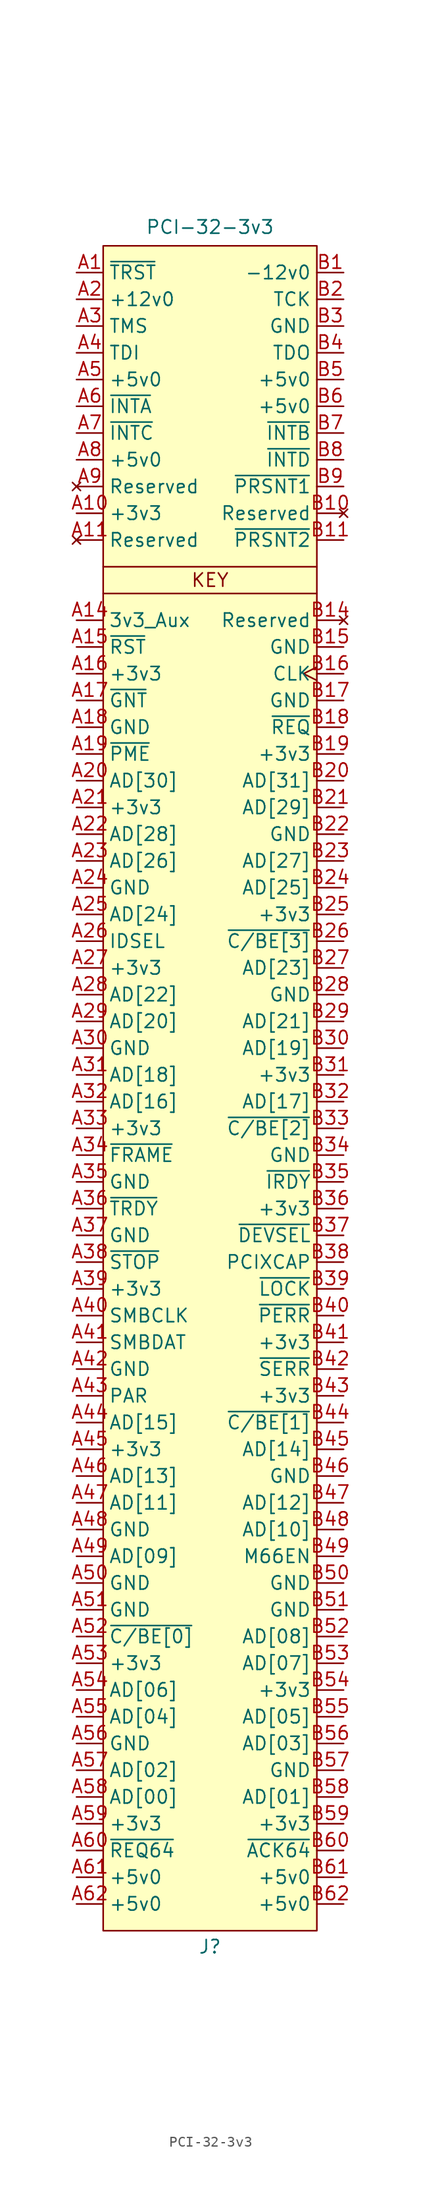
<source format=kicad_sym>
(kicad_symbol_lib
  (version 20241209)
  (generator "kicad_symbol_editor")
  (generator_version "9.0")
  (symbol "PCI-32-3v3"
    (property "Reference" "J"
      (at 0 -129.794 0)
      (effects (font (size 1.27 1.27))))
    (property "Value" "PCI-32-3v3"
      (at 0 33.528 0)
      (effects (font (size 1.27 1.27))))
    (symbol "PCI-32-3v3_1_1"
      (rectangle (start -10.16 31.75) (end 10.16 -128.27) (stroke (width 0) (type solid)) (fill (type background)))
      (polyline (pts (xy -10.16 1.27) (xy 10.16 1.27)) (stroke (width 0) (type default)) (fill (type none)))
      (polyline (pts (xy -10.16 -1.27) (xy 10.16 -1.27)) (stroke (width 0) (type default)) (fill (type none)))
      (text "KEY" (at 0 0 0) (effects (font (size 1.27 1.27))))
      (pin input line (at -12.7 29.21 0) (length 2.54) (name "~{TRST}" (effects (font (size 1.27 1.27)))) (number "A1" (effects (font (size 1.27 1.27)))))
      (pin power_in line (at -12.7 26.67 0) (length 2.54) (name "+12v0" (effects (font (size 1.27 1.27)))) (number "A2" (effects (font (size 1.27 1.27)))))
      (pin input line (at -12.7 24.13 0) (length 2.54) (name "TMS" (effects (font (size 1.27 1.27)))) (number "A3" (effects (font (size 1.27 1.27)))))
      (pin input line (at -12.7 21.59 0) (length 2.54) (name "TDI" (effects (font (size 1.27 1.27)))) (number "A4" (effects (font (size 1.27 1.27)))))
      (pin power_in line (at -12.7 19.05 0) (length 2.54) (name "+5v0" (effects (font (size 1.27 1.27)))) (number "A5" (effects (font (size 1.27 1.27)))))
      (pin open_emitter line (at -12.7 16.51 0) (length 2.54) (name "~{INTA}" (effects (font (size 1.27 1.27)))) (number "A6" (effects (font (size 1.27 1.27)))))
      (pin open_emitter line (at -12.7 13.97 0) (length 2.54) (name "~{INTC}" (effects (font (size 1.27 1.27)))) (number "A7" (effects (font (size 1.27 1.27)))))
      (pin power_in line (at -12.7 11.43 0) (length 2.54) (name "+5v0" (effects (font (size 1.27 1.27)))) (number "A8" (effects (font (size 1.27 1.27)))))
      (pin no_connect line (at -12.7 8.89 0) (length 2.54) (name "Reserved" (effects (font (size 1.27 1.27)))) (number "A9" (effects (font (size 1.27 1.27)))))
      (pin power_in line (at -12.7 6.35 0) (length 2.54) (name "+3v3" (effects (font (size 1.27 1.27)))) (number "A10" (effects (font (size 1.27 1.27)))))
      (pin no_connect line (at -12.7 3.81 0) (length 2.54) (name "Reserved" (effects (font (size 1.27 1.27)))) (number "A11" (effects (font (size 1.27 1.27)))))
      (pin power_in line (at -12.7 -3.81 0) (length 2.54) (name "3v3_Aux" (effects (font (size 1.27 1.27)))) (number "A14" (effects (font (size 1.27 1.27)))))
      (pin input line (at -12.7 -6.35 0) (length 2.54) (name "~{RST}" (effects (font (size 1.27 1.27)))) (number "A15" (effects (font (size 1.27 1.27)))))
      (pin power_in line (at -12.7 -8.89 0) (length 2.54) (name "+3v3" (effects (font (size 1.27 1.27)))) (number "A16" (effects (font (size 1.27 1.27)))))
      (pin tri_state line (at -12.7 -11.43 0) (length 2.54) (name "~{GNT}" (effects (font (size 1.27 1.27)))) (number "A17" (effects (font (size 1.27 1.27)))))
      (pin power_in line (at -12.7 -13.97 0) (length 2.54) (name "GND" (effects (font (size 1.27 1.27)))) (number "A18" (effects (font (size 1.27 1.27)))))
      (pin open_emitter line (at -12.7 -16.51 0) (length 2.54) (name "~{PME}" (effects (font (size 1.27 1.27)))) (number "A19" (effects (font (size 1.27 1.27)))))
      (pin tri_state line (at -12.7 -19.05 0) (length 2.54) (name "AD[30]" (effects (font (size 1.27 1.27)))) (number "A20" (effects (font (size 1.27 1.27)))))
      (pin power_in line (at -12.7 -21.59 0) (length 2.54) (name "+3v3" (effects (font (size 1.27 1.27)))) (number "A21" (effects (font (size 1.27 1.27)))))
      (pin tri_state line (at -12.7 -24.13 0) (length 2.54) (name "AD[28]" (effects (font (size 1.27 1.27)))) (number "A22" (effects (font (size 1.27 1.27)))))
      (pin tri_state line (at -12.7 -26.67 0) (length 2.54) (name "AD[26]" (effects (font (size 1.27 1.27)))) (number "A23" (effects (font (size 1.27 1.27)))))
      (pin power_in line (at -12.7 -29.21 0) (length 2.54) (name "GND" (effects (font (size 1.27 1.27)))) (number "A24" (effects (font (size 1.27 1.27)))))
      (pin tri_state line (at -12.7 -31.75 0) (length 2.54) (name "AD[24]" (effects (font (size 1.27 1.27)))) (number "A25" (effects (font (size 1.27 1.27)))))
      (pin input line (at -12.7 -34.29 0) (length 2.54) (name "IDSEL" (effects (font (size 1.27 1.27)))) (number "A26" (effects (font (size 1.27 1.27)))))
      (pin power_in line (at -12.7 -36.83 0) (length 2.54) (name "+3v3" (effects (font (size 1.27 1.27)))) (number "A27" (effects (font (size 1.27 1.27)))))
      (pin tri_state line (at -12.7 -39.37 0) (length 2.54) (name "AD[22]" (effects (font (size 1.27 1.27)))) (number "A28" (effects (font (size 1.27 1.27)))))
      (pin tri_state line (at -12.7 -41.91 0) (length 2.54) (name "AD[20]" (effects (font (size 1.27 1.27)))) (number "A29" (effects (font (size 1.27 1.27)))))
      (pin power_in line (at -12.7 -44.45 0) (length 2.54) (name "GND" (effects (font (size 1.27 1.27)))) (number "A30" (effects (font (size 1.27 1.27)))))
      (pin tri_state line (at -12.7 -46.99 0) (length 2.54) (name "AD[18]" (effects (font (size 1.27 1.27)))) (number "A31" (effects (font (size 1.27 1.27)))))
      (pin tri_state line (at -12.7 -49.53 0) (length 2.54) (name "AD[16]" (effects (font (size 1.27 1.27)))) (number "A32" (effects (font (size 1.27 1.27)))))
      (pin power_in line (at -12.7 -52.07 0) (length 2.54) (name "+3v3" (effects (font (size 1.27 1.27)))) (number "A33" (effects (font (size 1.27 1.27)))))
      (pin tri_state line (at -12.7 -54.61 0) (length 2.54) (name "~{FRAME}" (effects (font (size 1.27 1.27)))) (number "A34" (effects (font (size 1.27 1.27)))))
      (pin power_in line (at -12.7 -57.15 0) (length 2.54) (name "GND" (effects (font (size 1.27 1.27)))) (number "A35" (effects (font (size 1.27 1.27)))))
      (pin tri_state line (at -12.7 -59.69 0) (length 2.54) (name "~{TRDY}" (effects (font (size 1.27 1.27)))) (number "A36" (effects (font (size 1.27 1.27)))))
      (pin power_in line (at -12.7 -62.23 0) (length 2.54) (name "GND" (effects (font (size 1.27 1.27)))) (number "A37" (effects (font (size 1.27 1.27)))))
      (pin tri_state line (at -12.7 -64.77 0) (length 2.54) (name "~{STOP}" (effects (font (size 1.27 1.27)))) (number "A38" (effects (font (size 1.27 1.27)))))
      (pin power_in line (at -12.7 -67.31 0) (length 2.54) (name "+3v3" (effects (font (size 1.27 1.27)))) (number "A39" (effects (font (size 1.27 1.27)))))
      (pin open_emitter line (at -12.7 -69.85 0) (length 2.54) (name "SMBCLK" (effects (font (size 1.27 1.27)))) (number "A40" (effects (font (size 1.27 1.27)))))
      (pin open_emitter line (at -12.7 -72.39 0) (length 2.54) (name "SMBDAT" (effects (font (size 1.27 1.27)))) (number "A41" (effects (font (size 1.27 1.27)))))
      (pin power_in line (at -12.7 -74.93 0) (length 2.54) (name "GND" (effects (font (size 1.27 1.27)))) (number "A42" (effects (font (size 1.27 1.27)))))
      (pin tri_state line (at -12.7 -77.47 0) (length 2.54) (name "PAR" (effects (font (size 1.27 1.27)))) (number "A43" (effects (font (size 1.27 1.27)))))
      (pin tri_state line (at -12.7 -80.01 0) (length 2.54) (name "AD[15]" (effects (font (size 1.27 1.27)))) (number "A44" (effects (font (size 1.27 1.27)))))
      (pin power_in line (at -12.7 -82.55 0) (length 2.54) (name "+3v3" (effects (font (size 1.27 1.27)))) (number "A45" (effects (font (size 1.27 1.27)))))
      (pin tri_state line (at -12.7 -85.09 0) (length 2.54) (name "AD[13]" (effects (font (size 1.27 1.27)))) (number "A46" (effects (font (size 1.27 1.27)))))
      (pin tri_state line (at -12.7 -87.63 0) (length 2.54) (name "AD[11]" (effects (font (size 1.27 1.27)))) (number "A47" (effects (font (size 1.27 1.27)))))
      (pin power_in line (at -12.7 -90.17 0) (length 2.54) (name "GND" (effects (font (size 1.27 1.27)))) (number "A48" (effects (font (size 1.27 1.27)))))
      (pin tri_state line (at -12.7 -92.71 0) (length 2.54) (name "AD[09]" (effects (font (size 1.27 1.27)))) (number "A49" (effects (font (size 1.27 1.27)))))
      (pin power_in line (at -12.7 -95.25 0) (length 2.54) (name "GND" (effects (font (size 1.27 1.27)))) (number "A50" (effects (font (size 1.27 1.27)))))
      (pin power_in line (at -12.7 -97.79 0) (length 2.54) (name "GND" (effects (font (size 1.27 1.27)))) (number "A51" (effects (font (size 1.27 1.27)))))
      (pin tri_state line (at -12.7 -100.33 0) (length 2.54) (name "~{C/BE[0]}" (effects (font (size 1.27 1.27)))) (number "A52" (effects (font (size 1.27 1.27)))))
      (pin power_in line (at -12.7 -102.87 0) (length 2.54) (name "+3v3" (effects (font (size 1.27 1.27)))) (number "A53" (effects (font (size 1.27 1.27)))))
      (pin tri_state line (at -12.7 -105.41 0) (length 2.54) (name "AD[06]" (effects (font (size 1.27 1.27)))) (number "A54" (effects (font (size 1.27 1.27)))))
      (pin tri_state line (at -12.7 -107.95 0) (length 2.54) (name "AD[04]" (effects (font (size 1.27 1.27)))) (number "A55" (effects (font (size 1.27 1.27)))))
      (pin power_in line (at -12.7 -110.49 0) (length 2.54) (name "GND" (effects (font (size 1.27 1.27)))) (number "A56" (effects (font (size 1.27 1.27)))))
      (pin tri_state line (at -12.7 -113.03 0) (length 2.54) (name "AD[02]" (effects (font (size 1.27 1.27)))) (number "A57" (effects (font (size 1.27 1.27)))))
      (pin tri_state line (at -12.7 -115.57 0) (length 2.54) (name "AD[00]" (effects (font (size 1.27 1.27)))) (number "A58" (effects (font (size 1.27 1.27)))))
      (pin power_in line (at -12.7 -118.11 0) (length 2.54) (name "+3v3" (effects (font (size 1.27 1.27)))) (number "A59" (effects (font (size 1.27 1.27)))))
      (pin tri_state line (at -12.7 -120.65 0) (length 2.54) (name "~{REQ64}" (effects (font (size 1.27 1.27)))) (number "A60" (effects (font (size 1.27 1.27)))))
      (pin power_in line (at -12.7 -123.19 0) (length 2.54) (name "+5v0" (effects (font (size 1.27 1.27)))) (number "A61" (effects (font (size 1.27 1.27)))))
      (pin power_in line (at -12.7 -125.73 0) (length 2.54) (name "+5v0" (effects (font (size 1.27 1.27)))) (number "A62" (effects (font (size 1.27 1.27)))))
      (pin power_in line (at 12.7 29.21 180) (length 2.54) (name "-12v0" (effects (font (size 1.27 1.27)))) (number "B1" (effects (font (size 1.27 1.27)))))
      (pin input line (at 12.7 26.67 180) (length 2.54) (name "TCK" (effects (font (size 1.27 1.27)))) (number "B2" (effects (font (size 1.27 1.27)))))
      (pin power_in line (at 12.7 24.13 180) (length 2.54) (name "GND" (effects (font (size 1.27 1.27)))) (number "B3" (effects (font (size 1.27 1.27)))))
      (pin output line (at 12.7 21.59 180) (length 2.54) (name "TDO" (effects (font (size 1.27 1.27)))) (number "B4" (effects (font (size 1.27 1.27)))))
      (pin power_in line (at 12.7 19.05 180) (length 2.54) (name "+5v0" (effects (font (size 1.27 1.27)))) (number "B5" (effects (font (size 1.27 1.27)))))
      (pin power_in line (at 12.7 16.51 180) (length 2.54) (name "+5v0" (effects (font (size 1.27 1.27)))) (number "B6" (effects (font (size 1.27 1.27)))))
      (pin open_emitter line (at 12.7 13.97 180) (length 2.54) (name "~{INTB}" (effects (font (size 1.27 1.27)))) (number "B7" (effects (font (size 1.27 1.27)))))
      (pin open_emitter line (at 12.7 11.43 180) (length 2.54) (name "~{INTD}" (effects (font (size 1.27 1.27)))) (number "B8" (effects (font (size 1.27 1.27)))))
      (pin input line (at 12.7 8.89 180) (length 2.54) (name "~{PRSNT1}" (effects (font (size 1.27 1.27)))) (number "B9" (effects (font (size 1.27 1.27)))))
      (pin no_connect line (at 12.7 6.35 180) (length 2.54) (name "Reserved" (effects (font (size 1.27 1.27)))) (number "B10" (effects (font (size 1.27 1.27)))))
      (pin input line (at 12.7 3.81 180) (length 2.54) (name "~{PRSNT2}" (effects (font (size 1.27 1.27)))) (number "B11" (effects (font (size 1.27 1.27)))))
      (pin no_connect line (at 12.7 -3.81 180) (length 2.54) (name "Reserved" (effects (font (size 1.27 1.27)))) (number "B14" (effects (font (size 1.27 1.27)))))
      (pin power_in line (at 12.7 -6.35 180) (length 2.54) (name "GND" (effects (font (size 1.27 1.27)))) (number "B15" (effects (font (size 1.27 1.27)))))
      (pin input clock (at 12.7 -8.89 180) (length 2.54) (name "CLK" (effects (font (size 1.27 1.27)))) (number "B16" (effects (font (size 1.27 1.27)))))
      (pin power_in line (at 12.7 -11.43 180) (length 2.54) (name "GND" (effects (font (size 1.27 1.27)))) (number "B17" (effects (font (size 1.27 1.27)))))
      (pin tri_state line (at 12.7 -13.97 180) (length 2.54) (name "~{REQ}" (effects (font (size 1.27 1.27)))) (number "B18" (effects (font (size 1.27 1.27)))))
      (pin power_in line (at 12.7 -16.51 180) (length 2.54) (name "+3v3" (effects (font (size 1.27 1.27)))) (number "B19" (effects (font (size 1.27 1.27)))))
      (pin tri_state line (at 12.7 -19.05 180) (length 2.54) (name "AD[31]" (effects (font (size 1.27 1.27)))) (number "B20" (effects (font (size 1.27 1.27)))))
      (pin tri_state line (at 12.7 -21.59 180) (length 2.54) (name "AD[29]" (effects (font (size 1.27 1.27)))) (number "B21" (effects (font (size 1.27 1.27)))))
      (pin power_in line (at 12.7 -24.13 180) (length 2.54) (name "GND" (effects (font (size 1.27 1.27)))) (number "B22" (effects (font (size 1.27 1.27)))))
      (pin tri_state line (at 12.7 -26.67 180) (length 2.54) (name "AD[27]" (effects (font (size 1.27 1.27)))) (number "B23" (effects (font (size 1.27 1.27)))))
      (pin tri_state line (at 12.7 -29.21 180) (length 2.54) (name "AD[25]" (effects (font (size 1.27 1.27)))) (number "B24" (effects (font (size 1.27 1.27)))))
      (pin power_in line (at 12.7 -31.75 180) (length 2.54) (name "+3v3" (effects (font (size 1.27 1.27)))) (number "B25" (effects (font (size 1.27 1.27)))))
      (pin tri_state line (at 12.7 -34.29 180) (length 2.54) (name "~{C/BE[3]}" (effects (font (size 1.27 1.27)))) (number "B26" (effects (font (size 1.27 1.27)))))
      (pin tri_state line (at 12.7 -36.83 180) (length 2.54) (name "AD[23]" (effects (font (size 1.27 1.27)))) (number "B27" (effects (font (size 1.27 1.27)))))
      (pin power_in line (at 12.7 -39.37 180) (length 2.54) (name "GND" (effects (font (size 1.27 1.27)))) (number "B28" (effects (font (size 1.27 1.27)))))
      (pin tri_state line (at 12.7 -41.91 180) (length 2.54) (name "AD[21]" (effects (font (size 1.27 1.27)))) (number "B29" (effects (font (size 1.27 1.27)))))
      (pin tri_state line (at 12.7 -44.45 180) (length 2.54) (name "AD[19]" (effects (font (size 1.27 1.27)))) (number "B30" (effects (font (size 1.27 1.27)))))
      (pin power_in line (at 12.7 -46.99 180) (length 2.54) (name "+3v3" (effects (font (size 1.27 1.27)))) (number "B31" (effects (font (size 1.27 1.27)))))
      (pin tri_state line (at 12.7 -49.53 180) (length 2.54) (name "AD[17]" (effects (font (size 1.27 1.27)))) (number "B32" (effects (font (size 1.27 1.27)))))
      (pin tri_state line (at 12.7 -52.07 180) (length 2.54) (name "~{C/BE[2]}" (effects (font (size 1.27 1.27)))) (number "B33" (effects (font (size 1.27 1.27)))))
      (pin power_in line (at 12.7 -54.61 180) (length 2.54) (name "GND" (effects (font (size 1.27 1.27)))) (number "B34" (effects (font (size 1.27 1.27)))))
      (pin tri_state line (at 12.7 -57.15 180) (length 2.54) (name "~{IRDY}" (effects (font (size 1.27 1.27)))) (number "B35" (effects (font (size 1.27 1.27)))))
      (pin power_in line (at 12.7 -59.69 180) (length 2.54) (name "+3v3" (effects (font (size 1.27 1.27)))) (number "B36" (effects (font (size 1.27 1.27)))))
      (pin tri_state line (at 12.7 -62.23 180) (length 2.54) (name "~{DEVSEL}" (effects (font (size 1.27 1.27)))) (number "B37" (effects (font (size 1.27 1.27)))))
      (pin passive line (at 12.7 -64.77 180) (length 2.54) (name "PCIXCAP" (effects (font (size 1.27 1.27)))) (number "B38" (effects (font (size 1.27 1.27)))))
      (pin tri_state line (at 12.7 -67.31 180) (length 2.54) (name "~{LOCK}" (effects (font (size 1.27 1.27)))) (number "B39" (effects (font (size 1.27 1.27)))))
      (pin tri_state line (at 12.7 -69.85 180) (length 2.54) (name "~{PERR}" (effects (font (size 1.27 1.27)))) (number "B40" (effects (font (size 1.27 1.27)))))
      (pin power_in line (at 12.7 -72.39 180) (length 2.54) (name "+3v3" (effects (font (size 1.27 1.27)))) (number "B41" (effects (font (size 1.27 1.27)))))
      (pin open_emitter line (at 12.7 -74.93 180) (length 2.54) (name "~{SERR}" (effects (font (size 1.27 1.27)))) (number "B42" (effects (font (size 1.27 1.27)))))
      (pin power_in line (at 12.7 -77.47 180) (length 2.54) (name "+3v3" (effects (font (size 1.27 1.27)))) (number "B43" (effects (font (size 1.27 1.27)))))
      (pin tri_state line (at 12.7 -80.01 180) (length 2.54) (name "~{C/BE[1]}" (effects (font (size 1.27 1.27)))) (number "B44" (effects (font (size 1.27 1.27)))))
      (pin tri_state line (at 12.7 -82.55 180) (length 2.54) (name "AD[14]" (effects (font (size 1.27 1.27)))) (number "B45" (effects (font (size 1.27 1.27)))))
      (pin power_in line (at 12.7 -85.09 180) (length 2.54) (name "GND" (effects (font (size 1.27 1.27)))) (number "B46" (effects (font (size 1.27 1.27)))))
      (pin tri_state line (at 12.7 -87.63 180) (length 2.54) (name "AD[12]" (effects (font (size 1.27 1.27)))) (number "B47" (effects (font (size 1.27 1.27)))))
      (pin tri_state line (at 12.7 -90.17 180) (length 2.54) (name "AD[10]" (effects (font (size 1.27 1.27)))) (number "B48" (effects (font (size 1.27 1.27)))))
      (pin input line (at 12.7 -92.71 180) (length 2.54) (name "M66EN" (effects (font (size 1.27 1.27)))) (number "B49" (effects (font (size 1.27 1.27)))))
      (pin power_in line (at 12.7 -95.25 180) (length 2.54) (name "GND" (effects (font (size 1.27 1.27)))) (number "B50" (effects (font (size 1.27 1.27)))))
      (pin power_in line (at 12.7 -97.79 180) (length 2.54) (name "GND" (effects (font (size 1.27 1.27)))) (number "B51" (effects (font (size 1.27 1.27)))))
      (pin tri_state line (at 12.7 -100.33 180) (length 2.54) (name "AD[08]" (effects (font (size 1.27 1.27)))) (number "B52" (effects (font (size 1.27 1.27)))))
      (pin tri_state line (at 12.7 -102.87 180) (length 2.54) (name "AD[07]" (effects (font (size 1.27 1.27)))) (number "B53" (effects (font (size 1.27 1.27)))))
      (pin power_in line (at 12.7 -105.41 180) (length 2.54) (name "+3v3" (effects (font (size 1.27 1.27)))) (number "B54" (effects (font (size 1.27 1.27)))))
      (pin tri_state line (at 12.7 -107.95 180) (length 2.54) (name "AD[05]" (effects (font (size 1.27 1.27)))) (number "B55" (effects (font (size 1.27 1.27)))))
      (pin tri_state line (at 12.7 -110.49 180) (length 2.54) (name "AD[03]" (effects (font (size 1.27 1.27)))) (number "B56" (effects (font (size 1.27 1.27)))))
      (pin power_in line (at 12.7 -113.03 180) (length 2.54) (name "GND" (effects (font (size 1.27 1.27)))) (number "B57" (effects (font (size 1.27 1.27)))))
      (pin tri_state line (at 12.7 -115.57 180) (length 2.54) (name "AD[01]" (effects (font (size 1.27 1.27)))) (number "B58" (effects (font (size 1.27 1.27)))))
      (pin power_in line (at 12.7 -118.11 180) (length 2.54) (name "+3v3" (effects (font (size 1.27 1.27)))) (number "B59" (effects (font (size 1.27 1.27)))))
      (pin tri_state line (at 12.7 -120.65 180) (length 2.54) (name "~{ACK64}" (effects (font (size 1.27 1.27)))) (number "B60" (effects (font (size 1.27 1.27)))))
      (pin power_in line (at 12.7 -123.19 180) (length 2.54) (name "+5v0" (effects (font (size 1.27 1.27)))) (number "B61" (effects (font (size 1.27 1.27)))))
      (pin power_in line (at 12.7 -125.73 180) (length 2.54) (name "+5v0" (effects (font (size 1.27 1.27)))) (number "B62" (effects (font (size 1.27 1.27))))))))
</source>
